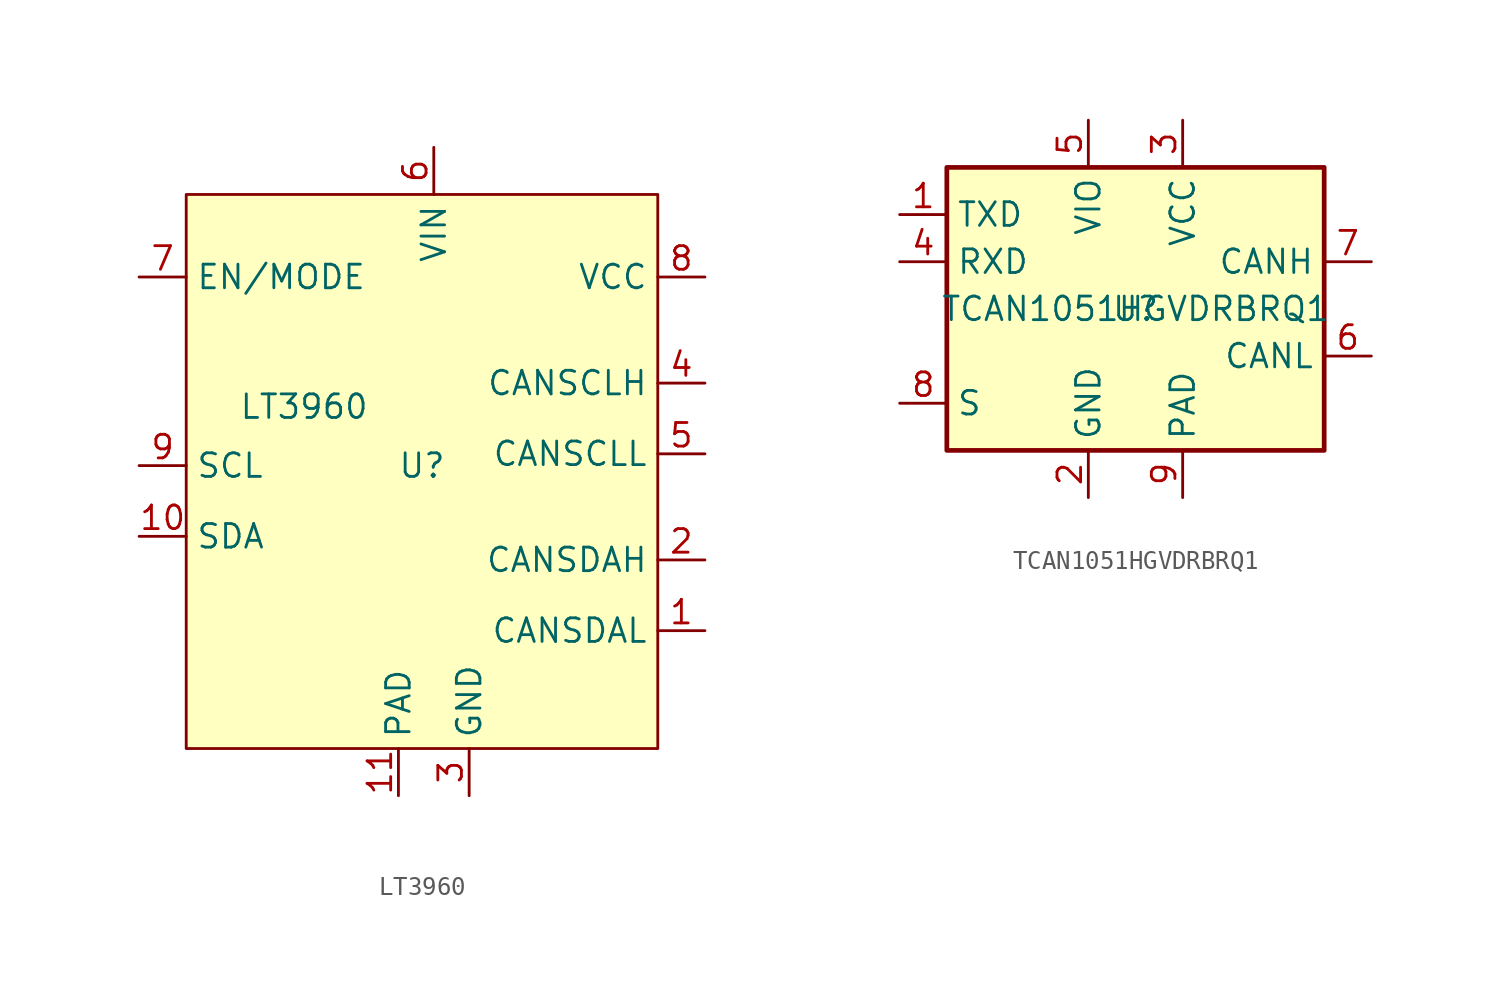
<source format=kicad_sym>
(kicad_symbol_lib
  (version 20220914)
  (generator kicad_symbol_editor)
  (symbol "LT3960"
    (property "Reference" "U"
      (at -0.635 1.905 0)
      (effects (font (size 1.27 1.27))))
    (property "Value" "LT3960"
      (at -6.985 5.08 0)
      (effects (font (size 1.27 1.27))))
    (symbol "LT3960_1_1"
      (rectangle (start -13.335 16.51) (end 12.065 -13.335) (stroke (width 0) (type default)) (fill (type background)))
      (pin bidirectional line (at 14.605 -6.985 180) (length 2.54) (name "CANSDAL" (effects (font (size 1.27 1.27)))) (number "1" (effects (font (size 1.27 1.27)))))
      (pin bidirectional line (at -15.875 -1.905 0) (length 2.54) (name "SDA" (effects (font (size 1.27 1.27)))) (number "10" (effects (font (size 1.27 1.27)))))
      (pin power_in line (at -1.905 -15.875 90) (length 2.54) (name "PAD" (effects (font (size 1.27 1.27)))) (number "11" (effects (font (size 1.27 1.27)))))
      (pin bidirectional line (at 14.605 -3.175 180) (length 2.54) (name "CANSDAH" (effects (font (size 1.27 1.27)))) (number "2" (effects (font (size 1.27 1.27)))))
      (pin power_in line (at 1.905 -15.875 90) (length 2.54) (name "GND" (effects (font (size 1.27 1.27)))) (number "3" (effects (font (size 1.27 1.27)))))
      (pin bidirectional line (at 14.605 6.35 180) (length 2.54) (name "CANSCLH" (effects (font (size 1.27 1.27)))) (number "4" (effects (font (size 1.27 1.27)))))
      (pin bidirectional line (at 14.605 2.54 180) (length 2.54) (name "CANSCLL" (effects (font (size 1.27 1.27)))) (number "5" (effects (font (size 1.27 1.27)))))
      (pin power_in line (at 0 19.05 270) (length 2.54) (name "VIN" (effects (font (size 1.27 1.27)))) (number "6" (effects (font (size 1.27 1.27)))))
      (pin input line (at -15.875 12.065 0) (length 2.54) (name "EN/MODE" (effects (font (size 1.27 1.27)))) (number "7" (effects (font (size 1.27 1.27)))))
      (pin passive line (at 14.605 12.065 180) (length 2.54) (name "VCC" (effects (font (size 1.27 1.27)))) (number "8" (effects (font (size 1.27 1.27)))))
      (pin bidirectional line (at -15.875 1.905 0) (length 2.54) (name "SCL" (effects (font (size 1.27 1.27)))) (number "9" (effects (font (size 1.27 1.27)))))))
  (symbol "TCAN1051HGVDRBRQ1"
    (property "Reference" "U"
      (at 0 0 0)
      (effects (font (size 1.27 1.27))))
    (property "Value" "TCAN1051HGVDRBRQ1"
      (at 0 0 0)
      (effects (font (size 1.27 1.27))))
    (symbol "TCAN1051HGVDRBRQ1_0_1"
      (rectangle (start -10.16 7.62) (end 10.16 -7.62) (stroke (width 0.254) (type default)) (fill (type background))))
    (symbol "TCAN1051HGVDRBRQ1_1_1"
      (pin input line (at -12.7 5.08 0) (length 2.54) (name "TXD" (effects (font (size 1.27 1.27)))) (number "1" (effects (font (size 1.27 1.27)))))
      (pin power_in line (at -2.54 -10.16 90) (length 2.54) (name "GND" (effects (font (size 1.27 1.27)))) (number "2" (effects (font (size 1.27 1.27)))))
      (pin power_in line (at 2.54 10.16 270) (length 2.54) (name "VCC" (effects (font (size 1.27 1.27)))) (number "3" (effects (font (size 1.27 1.27)))))
      (pin output line (at -12.7 2.54 0) (length 2.54) (name "RXD" (effects (font (size 1.27 1.27)))) (number "4" (effects (font (size 1.27 1.27)))))
      (pin power_in line (at -2.54 10.16 270) (length 2.54) (name "VIO" (effects (font (size 1.27 1.27)))) (number "5" (effects (font (size 1.27 1.27)))))
      (pin bidirectional line (at 12.7 -2.54 180) (length 2.54) (name "CANL" (effects (font (size 1.27 1.27)))) (number "6" (effects (font (size 1.27 1.27)))))
      (pin bidirectional line (at 12.7 2.54 180) (length 2.54) (name "CANH" (effects (font (size 1.27 1.27)))) (number "7" (effects (font (size 1.27 1.27)))))
      (pin input line (at -12.7 -5.08 0) (length 2.54) (name "S" (effects (font (size 1.27 1.27)))) (number "8" (effects (font (size 1.27 1.27)))))
      (pin passive line (at 2.54 -10.16 90) (length 2.54) (name "PAD" (effects (font (size 1.27 1.27)))) (number "9" (effects (font (size 1.27 1.27))))))))
</source>
